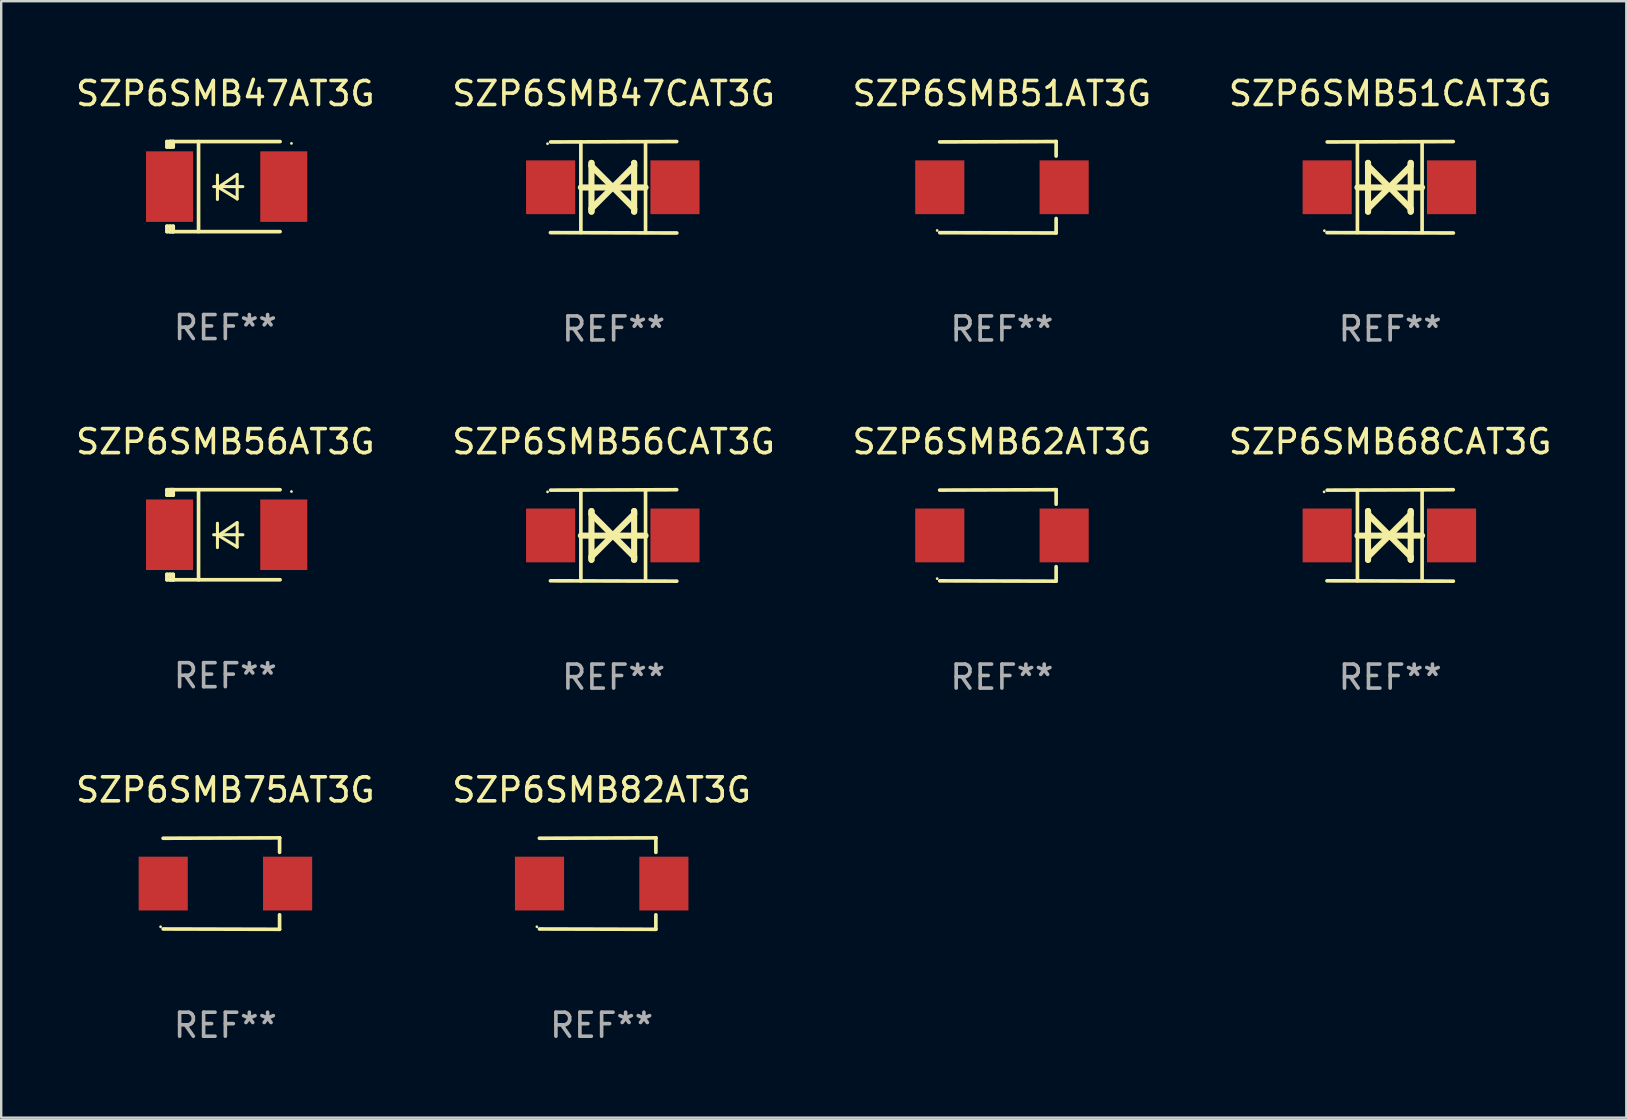
<source format=kicad_pcb>
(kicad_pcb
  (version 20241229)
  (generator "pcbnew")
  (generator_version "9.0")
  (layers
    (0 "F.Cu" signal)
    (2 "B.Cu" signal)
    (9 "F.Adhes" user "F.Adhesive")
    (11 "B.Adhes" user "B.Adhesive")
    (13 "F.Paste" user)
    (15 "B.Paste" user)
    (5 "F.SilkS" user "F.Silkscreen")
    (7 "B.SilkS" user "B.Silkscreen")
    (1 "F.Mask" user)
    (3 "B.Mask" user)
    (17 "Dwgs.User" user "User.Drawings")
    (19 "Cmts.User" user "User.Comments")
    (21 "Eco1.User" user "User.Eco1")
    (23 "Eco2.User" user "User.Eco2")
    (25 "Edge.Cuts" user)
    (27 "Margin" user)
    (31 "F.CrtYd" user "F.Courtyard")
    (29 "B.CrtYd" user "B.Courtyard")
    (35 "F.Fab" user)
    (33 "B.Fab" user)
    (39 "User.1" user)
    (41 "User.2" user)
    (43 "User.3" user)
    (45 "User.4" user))
  (footprint "SZP6SMB51CAT3G"
    (layer "F.Cu")
    (at 54.875 4.753)
    (property "Reference" "SZP6SMB51CAT3G" (at 0 -3.905 0) (layer "F.SilkS") (effects (font (size 1 1) (thickness 0.15))))
    (attr through_hole)
    (fp_line (start -1.365 1.886) (end -1.365 -1.886) (stroke (width 0.152) (type solid)) (layer "F.SilkS"))
    (fp_line (start -1.365 0.008) (end 1.33 0.008) (stroke (width 0.254) (type solid)) (layer "F.SilkS"))
    (fp_line (start -0.923 -1.016) (end -0.923 1.016) (stroke (width 0.254) (type solid)) (layer "F.SilkS"))
    (fp_line (start -0.923 -0.889) (end -0.923 -1.016) (stroke (width 0.254) (type solid)) (layer "F.SilkS"))
    (fp_line (start -0.923 0.889) (end -0.034 0) (stroke (width 0.254) (type solid)) (layer "F.SilkS"))
    (fp_line (start -0.923 1.016) (end -0.923 0.889) (stroke (width 0.254) (type solid)) (layer "F.SilkS"))
    (fp_line (start -0.034 0) (end -0.923 -0.889) (stroke (width 0.254) (type solid)) (layer "F.SilkS"))
    (fp_line (start -0.034 0) (end 0.855 0.889) (stroke (width 0.254) (type solid)) (layer "F.SilkS"))
    (fp_line (start 0.855 -1.016) (end 0.855 -0.889) (stroke (width 0.254) (type solid)) (layer "F.SilkS"))
    (fp_line (start 0.855 -0.889) (end -0.034 0) (stroke (width 0.254) (type solid)) (layer "F.SilkS"))
    (fp_line (start 0.855 0.889) (end 0.855 1.016) (stroke (width 0.254) (type solid)) (layer "F.SilkS"))
    (fp_line (start 0.855 1.016) (end 0.855 -1.016) (stroke (width 0.254) (type solid)) (layer "F.SilkS"))
    (fp_line (start 1.33 1.886) (end 1.33 -1.886) (stroke (width 0.152) (type solid)) (layer "F.SilkS"))
    (fp_line (start 2.629 -1.905) (end -2.625 -1.887) (stroke (width 0.152) (type solid)) (layer "F.SilkS"))
    (fp_line (start 2.633 1.905) (end -2.633 1.89) (stroke (width 0.152) (type solid)) (layer "F.SilkS"))
    (fp_circle (center -2.741 1.81) (end -2.711 1.81) (stroke (width 0.06) (type solid)) (fill no) (layer "F.SilkS"))
    (fp_text user "REF**" (at 0 5.905 0) (layer "F.Fab") (effects (font (size 1 1) (thickness 0.15))))
    (pad "1" smd rect (at -2.625 0) (size 2.047 2.241) (layers "F.Cu" "F.Mask" "F.Paste"))
    (pad "2" smd rect (at 2.557 0) (size 2.047 2.241) (layers "F.Cu" "F.Mask" "F.Paste")))
  (footprint "SZP6SMB82AT3G"
    (layer "F.Cu")
    (at 22.018 33.766)
    (property "Reference" "SZP6SMB82AT3G" (at 0 -3.905 0) (layer "F.SilkS") (effects (font (size 1 1) (thickness 0.15))))
    (attr through_hole)
    (fp_line (start 2.256 -1.905) (end -2.594 -1.889) (stroke (width 0.152) (type solid)) (layer "F.SilkS"))
    (fp_line (start 2.256 -1.905) (end 2.26 -1.905) (stroke (width 0.152) (type solid)) (layer "F.SilkS"))
    (fp_line (start 2.26 -1.905) (end 2.26 -1.301) (stroke (width 0.152) (type solid)) (layer "F.SilkS"))
    (fp_line (start 2.26 1.301) (end 2.26 1.905) (stroke (width 0.152) (type solid)) (layer "F.SilkS"))
    (fp_line (start 2.26 1.905) (end -2.59 1.892) (stroke (width 0.152) (type solid)) (layer "F.SilkS"))
    (fp_circle (center -2.697 1.8) (end -2.667 1.8) (stroke (width 0.06) (type solid)) (fill no) (layer "F.SilkS"))
    (fp_text user "REF**" (at 0 5.905 0) (layer "F.Fab") (effects (font (size 1 1) (thickness 0.15))))
    (pad "1" smd rect (at -2.588 0) (size 2.047 2.241) (layers "F.Cu" "F.Mask" "F.Paste"))
    (pad "2" smd rect (at 2.594 0) (size 2.047 2.241) (layers "F.Cu" "F.Mask" "F.Paste")))
  (footprint "SZP6SMB56CAT3G"
    (layer "F.Cu")
    (at 22.518 19.26)
    (property "Reference" "SZP6SMB56CAT3G" (at 0 -3.905 0) (layer "F.SilkS") (effects (font (size 1 1) (thickness 0.15))))
    (attr through_hole)
    (fp_line (start -1.365 1.886) (end -1.365 -1.886) (stroke (width 0.152) (type solid)) (layer "F.SilkS"))
    (fp_line (start -1.365 0.008) (end 1.33 0.008) (stroke (width 0.254) (type solid)) (layer "F.SilkS"))
    (fp_line (start -0.923 -1.016) (end -0.923 1.016) (stroke (width 0.254) (type solid)) (layer "F.SilkS"))
    (fp_line (start -0.923 -0.889) (end -0.923 -1.016) (stroke (width 0.254) (type solid)) (layer "F.SilkS"))
    (fp_line (start -0.923 0.889) (end -0.034 0) (stroke (width 0.254) (type solid)) (layer "F.SilkS"))
    (fp_line (start -0.923 1.016) (end -0.923 0.889) (stroke (width 0.254) (type solid)) (layer "F.SilkS"))
    (fp_line (start -0.034 0) (end -0.923 -0.889) (stroke (width 0.254) (type solid)) (layer "F.SilkS"))
    (fp_line (start -0.034 0) (end 0.855 0.889) (stroke (width 0.254) (type solid)) (layer "F.SilkS"))
    (fp_line (start 0.855 -1.016) (end 0.855 -0.889) (stroke (width 0.254) (type solid)) (layer "F.SilkS"))
    (fp_line (start 0.855 -0.889) (end -0.034 0) (stroke (width 0.254) (type solid)) (layer "F.SilkS"))
    (fp_line (start 0.855 0.889) (end 0.855 1.016) (stroke (width 0.254) (type solid)) (layer "F.SilkS"))
    (fp_line (start 0.855 1.016) (end 0.855 -1.016) (stroke (width 0.254) (type solid)) (layer "F.SilkS"))
    (fp_line (start 1.33 1.886) (end 1.33 -1.886) (stroke (width 0.152) (type solid)) (layer "F.SilkS"))
    (fp_line (start 2.629 -1.905) (end -2.625 -1.887) (stroke (width 0.152) (type solid)) (layer "F.SilkS"))
    (fp_line (start 2.633 1.905) (end -2.633 1.89) (stroke (width 0.152) (type solid)) (layer "F.SilkS"))
    (fp_circle (center -2.753 -1.816) (end -2.723 -1.816) (stroke (width 0.06) (type solid)) (fill no) (layer "F.SilkS"))
    (fp_text user "REF**" (at 0 5.905 0) (layer "F.Fab") (effects (font (size 1 1) (thickness 0.15))))
    (pad "1" smd rect (at -2.625 0) (size 2.047 2.241) (layers "F.Cu" "F.Mask" "F.Paste"))
    (pad "2" smd rect (at 2.557 0) (size 2.047 2.241) (layers "F.Cu" "F.Mask" "F.Paste")))
  (footprint "SZP6SMB51AT3G"
    (layer "F.Cu")
    (at 38.696 4.753)
    (property "Reference" "SZP6SMB51AT3G" (at 0 -3.905 0) (layer "F.SilkS") (effects (font (size 1 1) (thickness 0.15))))
    (attr through_hole)
    (fp_line (start 2.256 -1.905) (end -2.594 -1.889) (stroke (width 0.152) (type solid)) (layer "F.SilkS"))
    (fp_line (start 2.256 -1.905) (end 2.26 -1.905) (stroke (width 0.152) (type solid)) (layer "F.SilkS"))
    (fp_line (start 2.26 -1.905) (end 2.26 -1.301) (stroke (width 0.152) (type solid)) (layer "F.SilkS"))
    (fp_line (start 2.26 1.301) (end 2.26 1.905) (stroke (width 0.152) (type solid)) (layer "F.SilkS"))
    (fp_line (start 2.26 1.905) (end -2.59 1.892) (stroke (width 0.152) (type solid)) (layer "F.SilkS"))
    (fp_circle (center -2.697 1.8) (end -2.667 1.8) (stroke (width 0.06) (type solid)) (fill no) (layer "F.SilkS"))
    (fp_text user "REF**" (at 0 5.905 0) (layer "F.Fab") (effects (font (size 1 1) (thickness 0.15))))
    (pad "1" smd rect (at -2.588 0) (size 2.047 2.241) (layers "F.Cu" "F.Mask" "F.Paste"))
    (pad "2" smd rect (at 2.594 0) (size 2.047 2.241) (layers "F.Cu" "F.Mask" "F.Paste")))
  (footprint "SZP6SMB75AT3G"
    (layer "F.Cu")
    (at 6.339 33.766)
    (property "Reference" "SZP6SMB75AT3G" (at 0 -3.905 0) (layer "F.SilkS") (effects (font (size 1 1) (thickness 0.15))))
    (attr through_hole)
    (fp_line (start 2.256 -1.905) (end -2.594 -1.889) (stroke (width 0.152) (type solid)) (layer "F.SilkS"))
    (fp_line (start 2.256 -1.905) (end 2.26 -1.905) (stroke (width 0.152) (type solid)) (layer "F.SilkS"))
    (fp_line (start 2.26 -1.905) (end 2.26 -1.301) (stroke (width 0.152) (type solid)) (layer "F.SilkS"))
    (fp_line (start 2.26 1.301) (end 2.26 1.905) (stroke (width 0.152) (type solid)) (layer "F.SilkS"))
    (fp_line (start 2.26 1.905) (end -2.59 1.892) (stroke (width 0.152) (type solid)) (layer "F.SilkS"))
    (fp_circle (center -2.697 1.8) (end -2.667 1.8) (stroke (width 0.06) (type solid)) (fill no) (layer "F.SilkS"))
    (fp_text user "REF**" (at 0 5.905 0) (layer "F.Fab") (effects (font (size 1 1) (thickness 0.15))))
    (pad "1" smd rect (at -2.588 0) (size 2.047 2.241) (layers "F.Cu" "F.Mask" "F.Paste"))
    (pad "2" smd rect (at 2.594 0) (size 2.047 2.241) (layers "F.Cu" "F.Mask" "F.Paste")))
  (footprint "SZP6SMB68CAT3G"
    (layer "F.Cu")
    (at 54.875 19.26)
    (property "Reference" "SZP6SMB68CAT3G" (at 0 -3.905 0) (layer "F.SilkS") (effects (font (size 1 1) (thickness 0.15))))
    (attr through_hole)
    (fp_line (start -1.365 1.886) (end -1.365 -1.886) (stroke (width 0.152) (type solid)) (layer "F.SilkS"))
    (fp_line (start -1.365 0.008) (end 1.33 0.008) (stroke (width 0.254) (type solid)) (layer "F.SilkS"))
    (fp_line (start -0.923 -1.016) (end -0.923 1.016) (stroke (width 0.254) (type solid)) (layer "F.SilkS"))
    (fp_line (start -0.923 -0.889) (end -0.923 -1.016) (stroke (width 0.254) (type solid)) (layer "F.SilkS"))
    (fp_line (start -0.923 0.889) (end -0.034 0) (stroke (width 0.254) (type solid)) (layer "F.SilkS"))
    (fp_line (start -0.923 1.016) (end -0.923 0.889) (stroke (width 0.254) (type solid)) (layer "F.SilkS"))
    (fp_line (start -0.034 0) (end -0.923 -0.889) (stroke (width 0.254) (type solid)) (layer "F.SilkS"))
    (fp_line (start -0.034 0) (end 0.855 0.889) (stroke (width 0.254) (type solid)) (layer "F.SilkS"))
    (fp_line (start 0.855 -1.016) (end 0.855 -0.889) (stroke (width 0.254) (type solid)) (layer "F.SilkS"))
    (fp_line (start 0.855 -0.889) (end -0.034 0) (stroke (width 0.254) (type solid)) (layer "F.SilkS"))
    (fp_line (start 0.855 0.889) (end 0.855 1.016) (stroke (width 0.254) (type solid)) (layer "F.SilkS"))
    (fp_line (start 0.855 1.016) (end 0.855 -1.016) (stroke (width 0.254) (type solid)) (layer "F.SilkS"))
    (fp_line (start 1.33 1.886) (end 1.33 -1.886) (stroke (width 0.152) (type solid)) (layer "F.SilkS"))
    (fp_line (start 2.629 -1.905) (end -2.625 -1.887) (stroke (width 0.152) (type solid)) (layer "F.SilkS"))
    (fp_line (start 2.633 1.905) (end -2.633 1.89) (stroke (width 0.152) (type solid)) (layer "F.SilkS"))
    (fp_circle (center -2.753 -1.816) (end -2.723 -1.816) (stroke (width 0.06) (type solid)) (fill no) (layer "F.SilkS"))
    (fp_text user "REF**" (at 0 5.905 0) (layer "F.Fab") (effects (font (size 1 1) (thickness 0.15))))
    (pad "1" smd rect (at -2.625 0) (size 2.047 2.241) (layers "F.Cu" "F.Mask" "F.Paste"))
    (pad "2" smd rect (at 2.557 0) (size 2.047 2.241) (layers "F.Cu" "F.Mask" "F.Paste")))
  (footprint "SZP6SMB56AT3G"
    (layer "F.Cu")
    (at 6.339 19.231)
    (property "Reference" "SZP6SMB56AT3G" (at 0 -3.876 0) (layer "F.SilkS") (effects (font (size 1 1) (thickness 0.15))))
    (attr through_hole)
    (fp_line (start -2.435 1.65) (end -2.171 1.65) (stroke (width 0.152) (type solid)) (layer "F.SilkS"))
    (fp_line (start -2.435 1.876) (end -2.435 1.65) (stroke (width 0.152) (type solid)) (layer "F.SilkS"))
    (fp_line (start -2.435 -1.876) (end -2.171 -1.876) (stroke (width 0.152) (type solid)) (layer "F.SilkS"))
    (fp_line (start -2.435 -1.65) (end -2.435 -1.876) (stroke (width 0.152) (type solid)) (layer "F.SilkS"))
    (fp_line (start -2.305 -1.866) (end -2.295 -1.876) (stroke (width 0.152) (type solid)) (layer "F.SilkS"))
    (fp_line (start -2.305 -1.65) (end -2.305 -1.866) (stroke (width 0.152) (type solid)) (layer "F.SilkS"))
    (fp_line (start -2.305 1.876) (end -2.305 1.65) (stroke (width 0.152) (type solid)) (layer "F.SilkS"))
    (fp_line (start -2.295 -1.876) (end -2.295 -1.65) (stroke (width 0.152) (type solid)) (layer "F.SilkS"))
    (fp_line (start -2.171 1.876) (end -2.435 1.876) (stroke (width 0.152) (type solid)) (layer "F.SilkS"))
    (fp_line (start -2.171 -1.65) (end -2.435 -1.65) (stroke (width 0.152) (type solid)) (layer "F.SilkS"))
    (fp_line (start -2.171 -1.876) (end -2.295 -1.876) (stroke (width 0.152) (type solid)) (layer "F.SilkS"))
    (fp_line (start -2.171 -1.65) (end -2.171 -1.876) (stroke (width 0.152) (type solid)) (layer "F.SilkS"))
    (fp_line (start -2.171 1.876) (end -2.305 1.876) (stroke (width 0.152) (type solid)) (layer "F.SilkS"))
    (fp_line (start -2.171 1.876) (end -2.171 1.65) (stroke (width 0.152) (type solid)) (layer "F.SilkS"))
    (fp_line (start -1.116 1.876) (end -1.116 -1.876) (stroke (width 0.152) (type solid)) (layer "F.SilkS"))
    (fp_line (start -0.488 0.000102) (end 0.731 0.000102) (stroke (width 0.127) (type solid)) (layer "F.SilkS"))
    (fp_line (start -0.329 -0.48) (end -0.329 0.536) (stroke (width 0.127) (type solid)) (layer "F.SilkS"))
    (fp_line (start -0.29 0.03) (end 0.493 0.51) (stroke (width 0.127) (type solid)) (layer "F.SilkS"))
    (fp_line (start 0.493 -0.51) (end -0.29 0.03) (stroke (width 0.127) (type solid)) (layer "F.SilkS"))
    (fp_line (start 0.493 0.52) (end 0.493 -0.496) (stroke (width 0.127) (type solid)) (layer "F.SilkS"))
    (fp_line (start 2.281 -1.876) (end -2.171 -1.876) (stroke (width 0.152) (type solid)) (layer "F.SilkS"))
    (fp_line (start 2.281 1.876) (end -2.171 1.876) (stroke (width 0.152) (type solid)) (layer "F.SilkS"))
    (fp_circle (center 2.755 -1.8) (end 2.785 -1.8) (stroke (width 0.06) (type solid)) (fill no) (layer "F.SilkS"))
    (fp_text user "REF**" (at 0 5.876 0) (layer "F.Fab") (effects (font (size 1 1) (thickness 0.15))))
    (pad "1" smd rect (at 2.435 -0.000025 180) (size 1.96 2.94) (layers "F.Cu" "F.Mask" "F.Paste"))
    (pad "2" smd rect (at -2.325 -0.000025 180) (size 1.96 2.94) (layers "F.Cu" "F.Mask" "F.Paste")))
  (footprint "SZP6SMB62AT3G"
    (layer "F.Cu")
    (at 38.696 19.26)
    (property "Reference" "SZP6SMB62AT3G" (at 0 -3.905 0) (layer "F.SilkS") (effects (font (size 1 1) (thickness 0.15))))
    (attr through_hole)
    (fp_line (start 2.256 -1.905) (end -2.594 -1.889) (stroke (width 0.152) (type solid)) (layer "F.SilkS"))
    (fp_line (start 2.256 -1.905) (end 2.26 -1.905) (stroke (width 0.152) (type solid)) (layer "F.SilkS"))
    (fp_line (start 2.26 -1.905) (end 2.26 -1.301) (stroke (width 0.152) (type solid)) (layer "F.SilkS"))
    (fp_line (start 2.26 1.301) (end 2.26 1.905) (stroke (width 0.152) (type solid)) (layer "F.SilkS"))
    (fp_line (start 2.26 1.905) (end -2.59 1.892) (stroke (width 0.152) (type solid)) (layer "F.SilkS"))
    (fp_circle (center -2.697 1.8) (end -2.667 1.8) (stroke (width 0.06) (type solid)) (fill no) (layer "F.SilkS"))
    (fp_text user "REF**" (at 0 5.905 0) (layer "F.Fab") (effects (font (size 1 1) (thickness 0.15))))
    (pad "1" smd rect (at -2.588 0) (size 2.047 2.241) (layers "F.Cu" "F.Mask" "F.Paste"))
    (pad "2" smd rect (at 2.594 0) (size 2.047 2.241) (layers "F.Cu" "F.Mask" "F.Paste")))
  (footprint "SZP6SMB47AT3G"
    (layer "F.Cu")
    (at 6.339 4.725)
    (property "Reference" "SZP6SMB47AT3G" (at 0 -3.876 0) (layer "F.SilkS") (effects (font (size 1 1) (thickness 0.15))))
    (attr through_hole)
    (fp_line (start -2.435 1.65) (end -2.171 1.65) (stroke (width 0.152) (type solid)) (layer "F.SilkS"))
    (fp_line (start -2.435 1.876) (end -2.435 1.65) (stroke (width 0.152) (type solid)) (layer "F.SilkS"))
    (fp_line (start -2.435 -1.876) (end -2.171 -1.876) (stroke (width 0.152) (type solid)) (layer "F.SilkS"))
    (fp_line (start -2.435 -1.65) (end -2.435 -1.876) (stroke (width 0.152) (type solid)) (layer "F.SilkS"))
    (fp_line (start -2.305 -1.866) (end -2.295 -1.876) (stroke (width 0.152) (type solid)) (layer "F.SilkS"))
    (fp_line (start -2.305 -1.65) (end -2.305 -1.866) (stroke (width 0.152) (type solid)) (layer "F.SilkS"))
    (fp_line (start -2.305 1.876) (end -2.305 1.65) (stroke (width 0.152) (type solid)) (layer "F.SilkS"))
    (fp_line (start -2.295 -1.876) (end -2.295 -1.65) (stroke (width 0.152) (type solid)) (layer "F.SilkS"))
    (fp_line (start -2.171 1.876) (end -2.435 1.876) (stroke (width 0.152) (type solid)) (layer "F.SilkS"))
    (fp_line (start -2.171 -1.65) (end -2.435 -1.65) (stroke (width 0.152) (type solid)) (layer "F.SilkS"))
    (fp_line (start -2.171 -1.876) (end -2.295 -1.876) (stroke (width 0.152) (type solid)) (layer "F.SilkS"))
    (fp_line (start -2.171 -1.65) (end -2.171 -1.876) (stroke (width 0.152) (type solid)) (layer "F.SilkS"))
    (fp_line (start -2.171 1.876) (end -2.305 1.876) (stroke (width 0.152) (type solid)) (layer "F.SilkS"))
    (fp_line (start -2.171 1.876) (end -2.171 1.65) (stroke (width 0.152) (type solid)) (layer "F.SilkS"))
    (fp_line (start -1.116 1.876) (end -1.116 -1.876) (stroke (width 0.152) (type solid)) (layer "F.SilkS"))
    (fp_line (start -0.488 0.000102) (end 0.731 0.000102) (stroke (width 0.127) (type solid)) (layer "F.SilkS"))
    (fp_line (start -0.329 -0.48) (end -0.329 0.536) (stroke (width 0.127) (type solid)) (layer "F.SilkS"))
    (fp_line (start -0.29 0.03) (end 0.493 0.51) (stroke (width 0.127) (type solid)) (layer "F.SilkS"))
    (fp_line (start 0.493 -0.51) (end -0.29 0.03) (stroke (width 0.127) (type solid)) (layer "F.SilkS"))
    (fp_line (start 0.493 0.52) (end 0.493 -0.496) (stroke (width 0.127) (type solid)) (layer "F.SilkS"))
    (fp_line (start 2.281 -1.876) (end -2.171 -1.876) (stroke (width 0.152) (type solid)) (layer "F.SilkS"))
    (fp_line (start 2.281 1.876) (end -2.171 1.876) (stroke (width 0.152) (type solid)) (layer "F.SilkS"))
    (fp_circle (center 2.755 -1.8) (end 2.785 -1.8) (stroke (width 0.06) (type solid)) (fill no) (layer "F.SilkS"))
    (fp_text user "REF**" (at 0 5.876 0) (layer "F.Fab") (effects (font (size 1 1) (thickness 0.15))))
    (pad "1" smd rect (at 2.435 -0.000025 180) (size 1.96 2.94) (layers "F.Cu" "F.Mask" "F.Paste"))
    (pad "2" smd rect (at -2.325 -0.000025 180) (size 1.96 2.94) (layers "F.Cu" "F.Mask" "F.Paste")))
  (footprint "SZP6SMB47CAT3G"
    (layer "F.Cu")
    (at 22.518 4.753)
    (property "Reference" "SZP6SMB47CAT3G" (at 0 -3.905 0) (layer "F.SilkS") (effects (font (size 1 1) (thickness 0.15))))
    (attr through_hole)
    (fp_line (start -1.365 1.886) (end -1.365 -1.886) (stroke (width 0.152) (type solid)) (layer "F.SilkS"))
    (fp_line (start -1.365 0.008) (end 1.33 0.008) (stroke (width 0.254) (type solid)) (layer "F.SilkS"))
    (fp_line (start -0.923 -1.016) (end -0.923 1.016) (stroke (width 0.254) (type solid)) (layer "F.SilkS"))
    (fp_line (start -0.923 -0.889) (end -0.923 -1.016) (stroke (width 0.254) (type solid)) (layer "F.SilkS"))
    (fp_line (start -0.923 0.889) (end -0.034 0) (stroke (width 0.254) (type solid)) (layer "F.SilkS"))
    (fp_line (start -0.923 1.016) (end -0.923 0.889) (stroke (width 0.254) (type solid)) (layer "F.SilkS"))
    (fp_line (start -0.034 0) (end -0.923 -0.889) (stroke (width 0.254) (type solid)) (layer "F.SilkS"))
    (fp_line (start -0.034 0) (end 0.855 0.889) (stroke (width 0.254) (type solid)) (layer "F.SilkS"))
    (fp_line (start 0.855 -1.016) (end 0.855 -0.889) (stroke (width 0.254) (type solid)) (layer "F.SilkS"))
    (fp_line (start 0.855 -0.889) (end -0.034 0) (stroke (width 0.254) (type solid)) (layer "F.SilkS"))
    (fp_line (start 0.855 0.889) (end 0.855 1.016) (stroke (width 0.254) (type solid)) (layer "F.SilkS"))
    (fp_line (start 0.855 1.016) (end 0.855 -1.016) (stroke (width 0.254) (type solid)) (layer "F.SilkS"))
    (fp_line (start 1.33 1.886) (end 1.33 -1.886) (stroke (width 0.152) (type solid)) (layer "F.SilkS"))
    (fp_line (start 2.629 -1.905) (end -2.625 -1.887) (stroke (width 0.152) (type solid)) (layer "F.SilkS"))
    (fp_line (start 2.633 1.905) (end -2.633 1.89) (stroke (width 0.152) (type solid)) (layer "F.SilkS"))
    (fp_circle (center -2.753 -1.816) (end -2.723 -1.816) (stroke (width 0.06) (type solid)) (fill no) (layer "F.SilkS"))
    (fp_text user "REF**" (at 0 5.905 0) (layer "F.Fab") (effects (font (size 1 1) (thickness 0.15))))
    (pad "1" smd rect (at -2.625 0) (size 2.047 2.241) (layers "F.Cu" "F.Mask" "F.Paste"))
    (pad "2" smd rect (at 2.557 0) (size 2.047 2.241) (layers "F.Cu" "F.Mask" "F.Paste")))
  (gr_rect
    (start -3 -3)
    (end 64.714 43.52)
    (stroke (width 0.1) (type default))
    (fill no)
    (layer "Edge.Cuts")))
</source>
